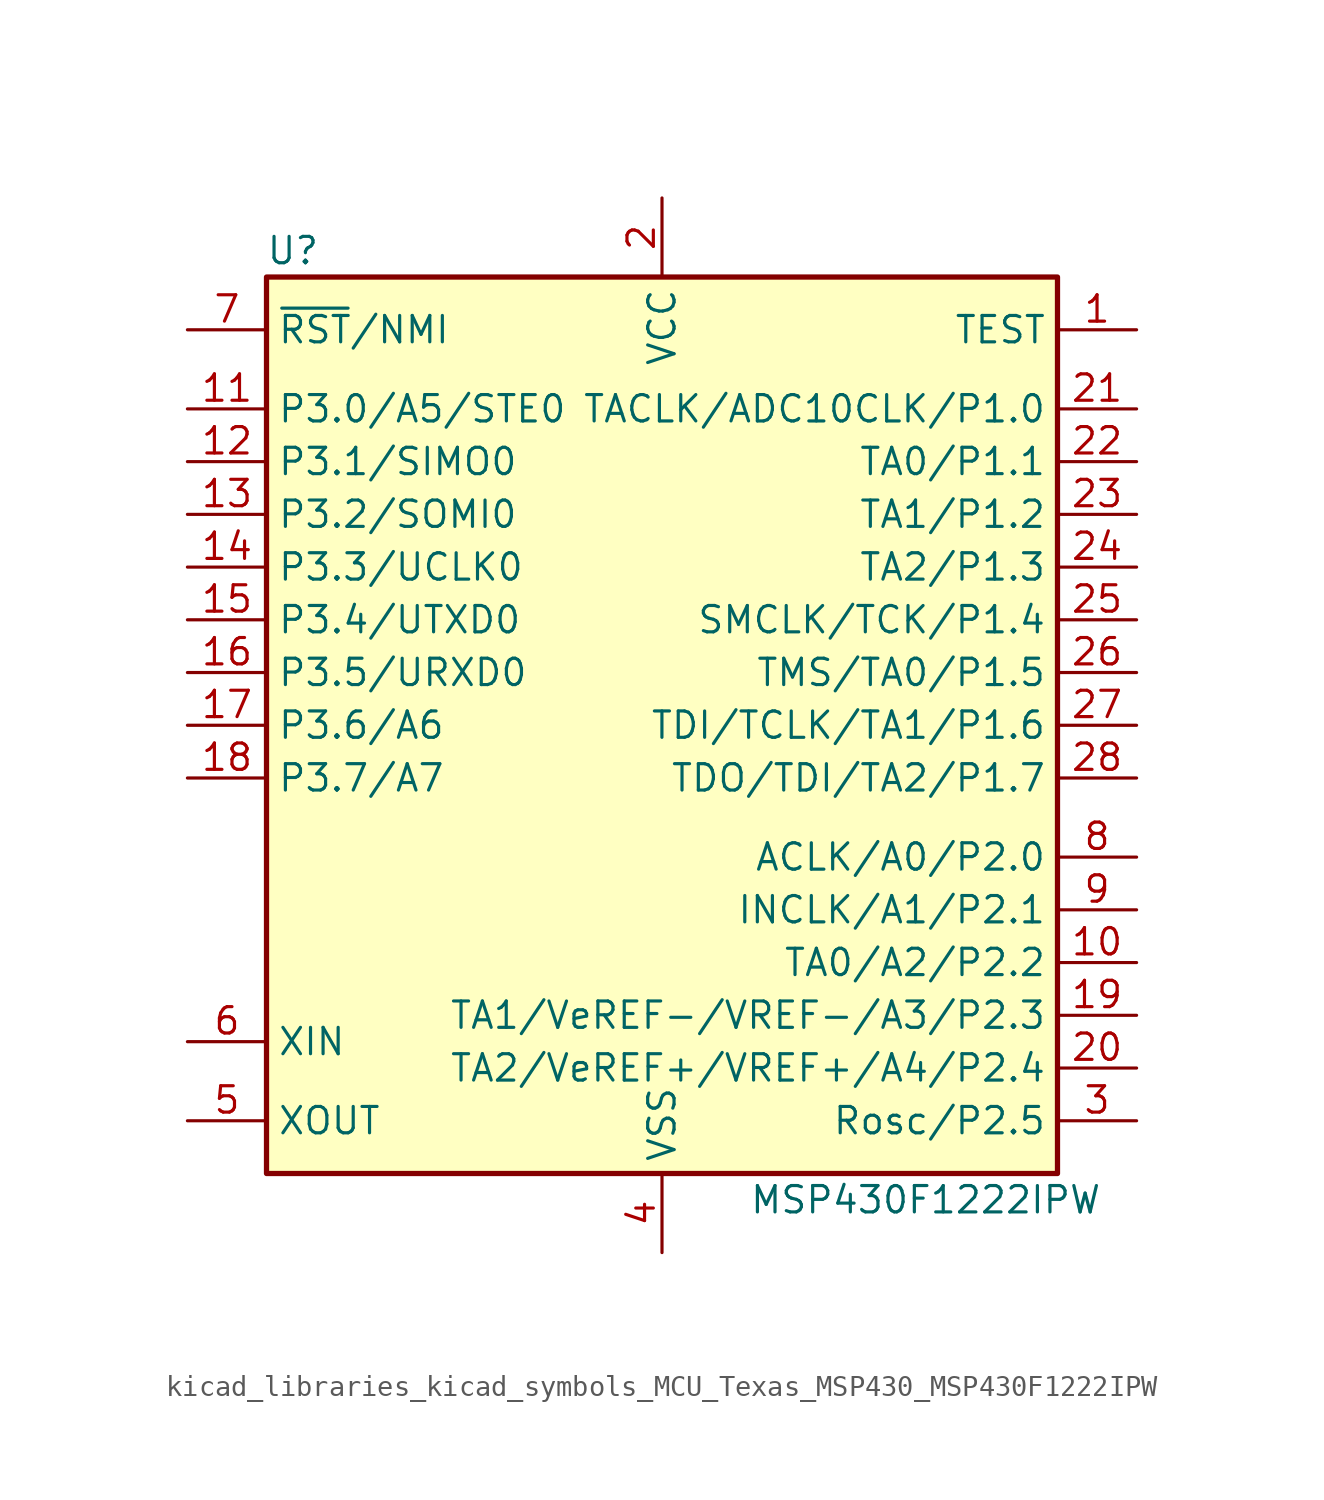
<source format=kicad_sym>
(kicad_symbol_lib
  (version 20220914)
  (generator kicad_symbol_editor)
  (symbol "kicad_libraries_kicad_symbols_MCU_Texas_MSP430_MSP430F1222IPW"
    (property "Reference" "U"
      (at -17.78 22.86 0)
      (effects (font (size 1.27 1.27))))
    (property "Value" "MSP430F1222IPW"
      (at 12.7 -22.86 0)
      (effects (font (size 1.27 1.27))))
    (symbol "kicad_libraries_kicad_symbols_MCU_Texas_MSP430_MSP430F1222IPW_0_1"
      (rectangle (start -19.05 21.59) (end 19.05 -21.59) (stroke (width 0.254) (type default)) (fill (type background))))
    (symbol "kicad_libraries_kicad_symbols_MCU_Texas_MSP430_MSP430F1222IPW_1_1"
      (pin input line (at 22.86 19.05 180) (length 3.81) (name "TEST" (effects (font (size 1.27 1.27)))) (number "1" (effects (font (size 1.27 1.27)))))
      (pin bidirectional line (at 22.86 -11.43 180) (length 3.81) (name "TA0/A2/P2.2" (effects (font (size 1.27 1.27)))) (number "10" (effects (font (size 1.27 1.27)))))
      (pin bidirectional line (at -22.86 15.24 0) (length 3.81) (name "P3.0/A5/STE0" (effects (font (size 1.27 1.27)))) (number "11" (effects (font (size 1.27 1.27)))))
      (pin bidirectional line (at -22.86 12.7 0) (length 3.81) (name "P3.1/SIMO0" (effects (font (size 1.27 1.27)))) (number "12" (effects (font (size 1.27 1.27)))))
      (pin bidirectional line (at -22.86 10.16 0) (length 3.81) (name "P3.2/SOMI0" (effects (font (size 1.27 1.27)))) (number "13" (effects (font (size 1.27 1.27)))))
      (pin bidirectional line (at -22.86 7.62 0) (length 3.81) (name "P3.3/UCLK0" (effects (font (size 1.27 1.27)))) (number "14" (effects (font (size 1.27 1.27)))))
      (pin bidirectional line (at -22.86 5.08 0) (length 3.81) (name "P3.4/UTXD0" (effects (font (size 1.27 1.27)))) (number "15" (effects (font (size 1.27 1.27)))))
      (pin bidirectional line (at -22.86 2.54 0) (length 3.81) (name "P3.5/URXD0" (effects (font (size 1.27 1.27)))) (number "16" (effects (font (size 1.27 1.27)))))
      (pin bidirectional line (at -22.86 0 0) (length 3.81) (name "P3.6/A6" (effects (font (size 1.27 1.27)))) (number "17" (effects (font (size 1.27 1.27)))))
      (pin bidirectional line (at -22.86 -2.54 0) (length 3.81) (name "P3.7/A7" (effects (font (size 1.27 1.27)))) (number "18" (effects (font (size 1.27 1.27)))))
      (pin bidirectional line (at 22.86 -13.97 180) (length 3.81) (name "TA1/VeREF-/VREF-/A3/P2.3" (effects (font (size 1.27 1.27)))) (number "19" (effects (font (size 1.27 1.27)))))
      (pin power_in line (at 0 25.4 270) (length 3.81) (name "VCC" (effects (font (size 1.27 1.27)))) (number "2" (effects (font (size 1.27 1.27)))))
      (pin bidirectional line (at 22.86 -16.51 180) (length 3.81) (name "TA2/VeREF+/VREF+/A4/P2.4" (effects (font (size 1.27 1.27)))) (number "20" (effects (font (size 1.27 1.27)))))
      (pin bidirectional line (at 22.86 15.24 180) (length 3.81) (name "TACLK/ADC10CLK/P1.0" (effects (font (size 1.27 1.27)))) (number "21" (effects (font (size 1.27 1.27)))))
      (pin bidirectional line (at 22.86 12.7 180) (length 3.81) (name "TA0/P1.1" (effects (font (size 1.27 1.27)))) (number "22" (effects (font (size 1.27 1.27)))))
      (pin bidirectional line (at 22.86 10.16 180) (length 3.81) (name "TA1/P1.2" (effects (font (size 1.27 1.27)))) (number "23" (effects (font (size 1.27 1.27)))))
      (pin bidirectional line (at 22.86 7.62 180) (length 3.81) (name "TA2/P1.3" (effects (font (size 1.27 1.27)))) (number "24" (effects (font (size 1.27 1.27)))))
      (pin bidirectional line (at 22.86 5.08 180) (length 3.81) (name "SMCLK/TCK/P1.4" (effects (font (size 1.27 1.27)))) (number "25" (effects (font (size 1.27 1.27)))))
      (pin bidirectional line (at 22.86 2.54 180) (length 3.81) (name "TMS/TA0/P1.5" (effects (font (size 1.27 1.27)))) (number "26" (effects (font (size 1.27 1.27)))))
      (pin bidirectional line (at 22.86 0 180) (length 3.81) (name "TDI/TCLK/TA1/P1.6" (effects (font (size 1.27 1.27)))) (number "27" (effects (font (size 1.27 1.27)))))
      (pin bidirectional line (at 22.86 -2.54 180) (length 3.81) (name "TDO/TDI/TA2/P1.7" (effects (font (size 1.27 1.27)))) (number "28" (effects (font (size 1.27 1.27)))))
      (pin bidirectional line (at 22.86 -19.05 180) (length 3.81) (name "Rosc/P2.5" (effects (font (size 1.27 1.27)))) (number "3" (effects (font (size 1.27 1.27)))))
      (pin power_in line (at 0 -25.4 90) (length 3.81) (name "VSS" (effects (font (size 1.27 1.27)))) (number "4" (effects (font (size 1.27 1.27)))))
      (pin output line (at -22.86 -19.05 0) (length 3.81) (name "XOUT" (effects (font (size 1.27 1.27)))) (number "5" (effects (font (size 1.27 1.27)))))
      (pin input line (at -22.86 -15.24 0) (length 3.81) (name "XIN" (effects (font (size 1.27 1.27)))) (number "6" (effects (font (size 1.27 1.27)))))
      (pin input line (at -22.86 19.05 0) (length 3.81) (name "~{RST}/NMI" (effects (font (size 1.27 1.27)))) (number "7" (effects (font (size 1.27 1.27)))))
      (pin bidirectional line (at 22.86 -6.35 180) (length 3.81) (name "ACLK/A0/P2.0" (effects (font (size 1.27 1.27)))) (number "8" (effects (font (size 1.27 1.27)))))
      (pin bidirectional line (at 22.86 -8.89 180) (length 3.81) (name "INCLK/A1/P2.1" (effects (font (size 1.27 1.27)))) (number "9" (effects (font (size 1.27 1.27))))))))
</source>
